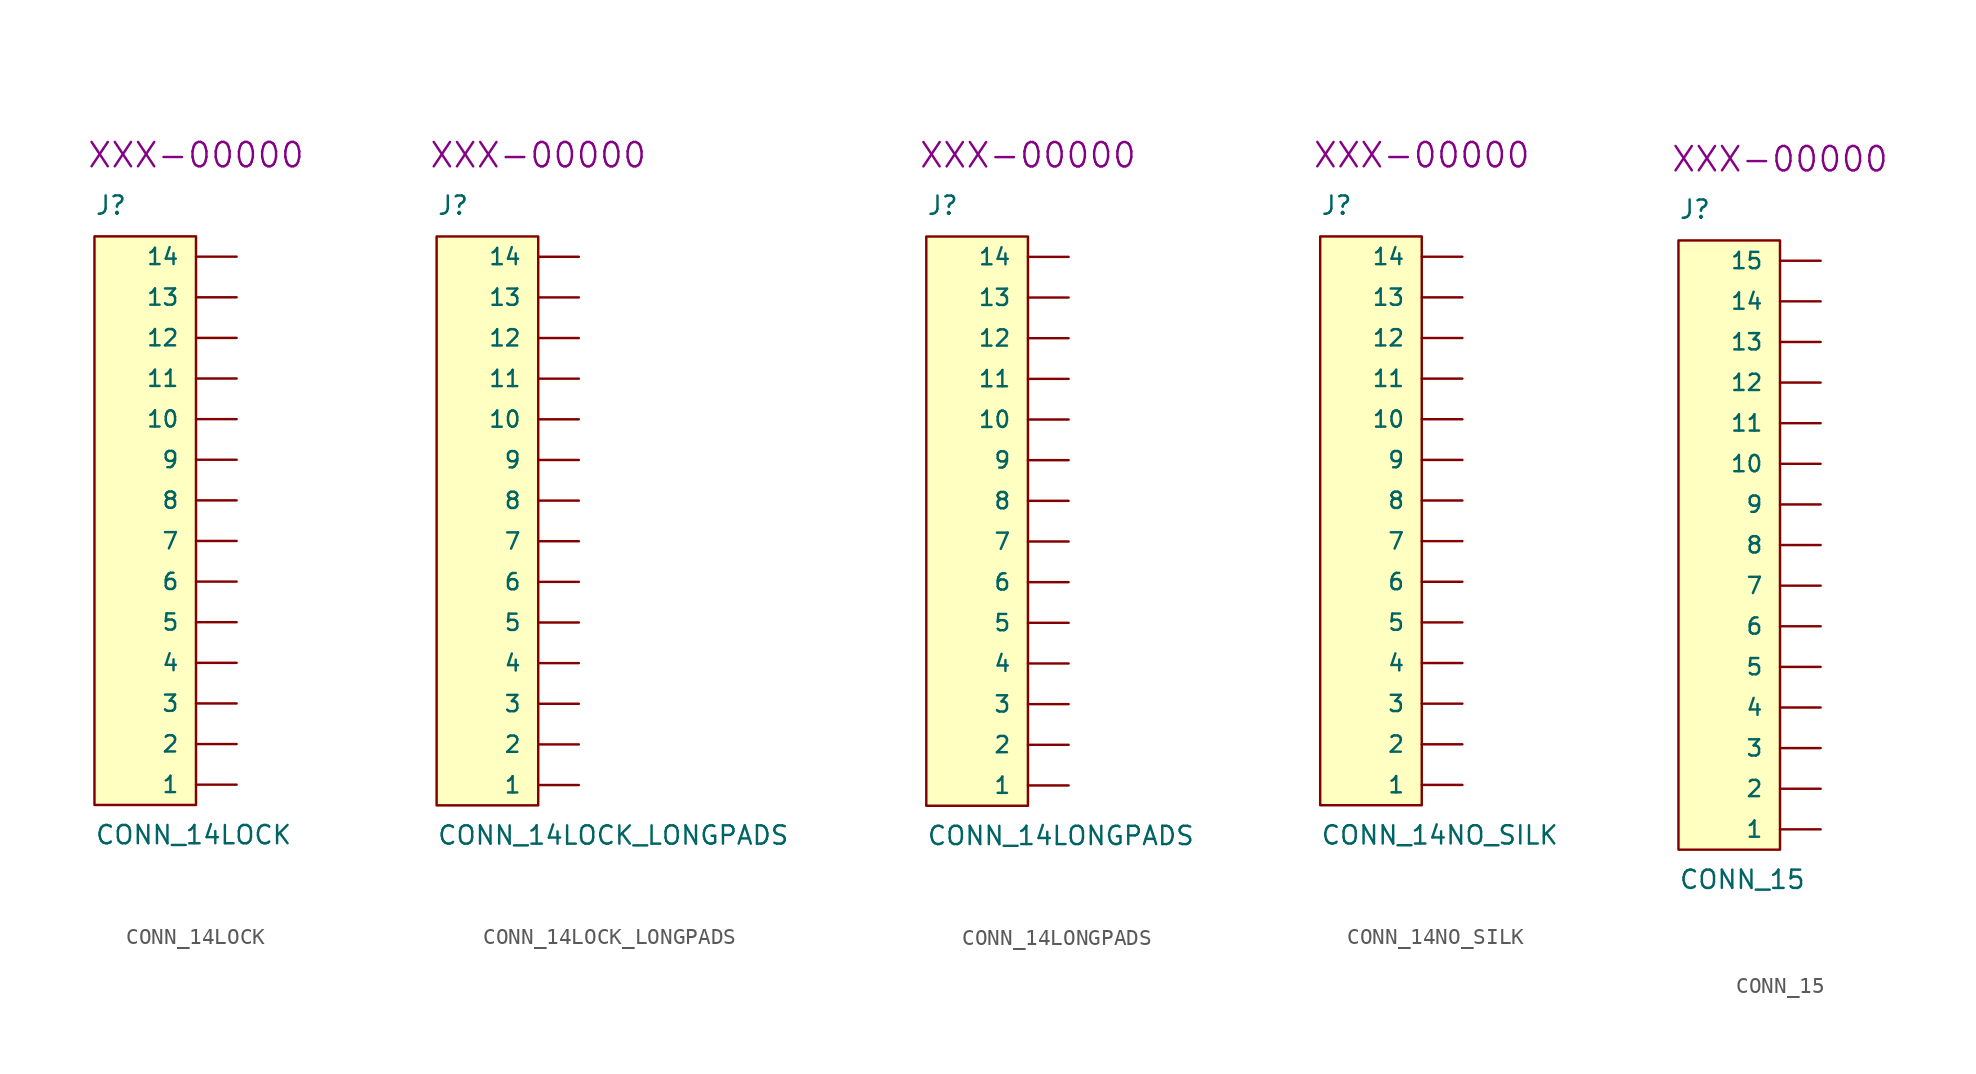
<source format=kicad_sym>
(kicad_symbol_lib
  (version 20220914)
  (generator kicad_symbol_editor)
  (symbol "CONN_14LOCK"
    (pin_numbers hide)
    (pin_names
      (offset 1.016))
    (property "Reference" "J"
      (at -6.35 35.56 0)
      (effects (font (size 1.143 1.143)) (justify left bottom)))
    (property "Value" "CONN_14LOCK"
      (at -6.35 -3.81 0)
      (effects (font (size 1.143 1.143)) (justify left bottom)))
    (property "Field4" "XXX-00000"
      (at 0 39.37 0)
      (effects (font (size 1.524 1.524))))
    (property "ki_locked" ""
      (at 0 0 0)
      (effects (font (size 1.27 1.27))))
    (symbol "CONN_14LOCK_0_1"
      (rectangle (start 0 -1.27) (end -6.35 34.29) (stroke (width 0) (type solid)) (fill (type background))))
    (symbol "CONN_14LOCK_1_1"
      (pin passive line (at 2.54 0 180) (length 2.54) (name "1" (effects (font (size 1.016 1.016)))) (number "1" (effects (font (size 1.016 1.016)))))
      (pin passive line (at 2.54 22.86 180) (length 2.54) (name "10" (effects (font (size 1.016 1.016)))) (number "10" (effects (font (size 1.016 1.016)))))
      (pin passive line (at 2.54 25.4 180) (length 2.54) (name "11" (effects (font (size 1.016 1.016)))) (number "11" (effects (font (size 1.016 1.016)))))
      (pin passive line (at 2.54 27.94 180) (length 2.54) (name "12" (effects (font (size 1.016 1.016)))) (number "12" (effects (font (size 1.016 1.016)))))
      (pin passive line (at 2.54 30.48 180) (length 2.54) (name "13" (effects (font (size 1.016 1.016)))) (number "13" (effects (font (size 1.016 1.016)))))
      (pin passive line (at 2.54 33.02 180) (length 2.54) (name "14" (effects (font (size 1.016 1.016)))) (number "14" (effects (font (size 1.016 1.016)))))
      (pin passive line (at 2.54 2.54 180) (length 2.54) (name "2" (effects (font (size 1.016 1.016)))) (number "2" (effects (font (size 1.016 1.016)))))
      (pin passive line (at 2.54 5.08 180) (length 2.54) (name "3" (effects (font (size 1.016 1.016)))) (number "3" (effects (font (size 1.016 1.016)))))
      (pin passive line (at 2.54 7.62 180) (length 2.54) (name "4" (effects (font (size 1.016 1.016)))) (number "4" (effects (font (size 1.016 1.016)))))
      (pin passive line (at 2.54 10.16 180) (length 2.54) (name "5" (effects (font (size 1.016 1.016)))) (number "5" (effects (font (size 1.016 1.016)))))
      (pin passive line (at 2.54 12.7 180) (length 2.54) (name "6" (effects (font (size 1.016 1.016)))) (number "6" (effects (font (size 1.016 1.016)))))
      (pin passive line (at 2.54 15.24 180) (length 2.54) (name "7" (effects (font (size 1.016 1.016)))) (number "7" (effects (font (size 1.016 1.016)))))
      (pin passive line (at 2.54 17.78 180) (length 2.54) (name "8" (effects (font (size 1.016 1.016)))) (number "8" (effects (font (size 1.016 1.016)))))
      (pin passive line (at 2.54 20.32 180) (length 2.54) (name "9" (effects (font (size 1.016 1.016)))) (number "9" (effects (font (size 1.016 1.016)))))))
  (symbol "CONN_14LOCK_LONGPADS"
    (pin_numbers hide)
    (pin_names
      (offset 1.016))
    (property "Reference" "J"
      (at -6.35 35.56 0)
      (effects (font (size 1.143 1.143)) (justify left bottom)))
    (property "Value" "CONN_14LOCK_LONGPADS"
      (at -6.35 -3.81 0)
      (effects (font (size 1.143 1.143)) (justify left bottom)))
    (property "Field4" "XXX-00000"
      (at 0 39.37 0)
      (effects (font (size 1.524 1.524))))
    (property "ki_locked" ""
      (at 0 0 0)
      (effects (font (size 1.27 1.27))))
    (symbol "CONN_14LOCK_LONGPADS_0_1"
      (rectangle (start 0 -1.27) (end -6.35 34.29) (stroke (width 0) (type solid)) (fill (type background))))
    (symbol "CONN_14LOCK_LONGPADS_1_1"
      (pin passive line (at 2.54 0 180) (length 2.54) (name "1" (effects (font (size 1.016 1.016)))) (number "1" (effects (font (size 1.016 1.016)))))
      (pin passive line (at 2.54 22.86 180) (length 2.54) (name "10" (effects (font (size 1.016 1.016)))) (number "10" (effects (font (size 1.016 1.016)))))
      (pin passive line (at 2.54 25.4 180) (length 2.54) (name "11" (effects (font (size 1.016 1.016)))) (number "11" (effects (font (size 1.016 1.016)))))
      (pin passive line (at 2.54 27.94 180) (length 2.54) (name "12" (effects (font (size 1.016 1.016)))) (number "12" (effects (font (size 1.016 1.016)))))
      (pin passive line (at 2.54 30.48 180) (length 2.54) (name "13" (effects (font (size 1.016 1.016)))) (number "13" (effects (font (size 1.016 1.016)))))
      (pin passive line (at 2.54 33.02 180) (length 2.54) (name "14" (effects (font (size 1.016 1.016)))) (number "14" (effects (font (size 1.016 1.016)))))
      (pin passive line (at 2.54 2.54 180) (length 2.54) (name "2" (effects (font (size 1.016 1.016)))) (number "2" (effects (font (size 1.016 1.016)))))
      (pin passive line (at 2.54 5.08 180) (length 2.54) (name "3" (effects (font (size 1.016 1.016)))) (number "3" (effects (font (size 1.016 1.016)))))
      (pin passive line (at 2.54 7.62 180) (length 2.54) (name "4" (effects (font (size 1.016 1.016)))) (number "4" (effects (font (size 1.016 1.016)))))
      (pin passive line (at 2.54 10.16 180) (length 2.54) (name "5" (effects (font (size 1.016 1.016)))) (number "5" (effects (font (size 1.016 1.016)))))
      (pin passive line (at 2.54 12.7 180) (length 2.54) (name "6" (effects (font (size 1.016 1.016)))) (number "6" (effects (font (size 1.016 1.016)))))
      (pin passive line (at 2.54 15.24 180) (length 2.54) (name "7" (effects (font (size 1.016 1.016)))) (number "7" (effects (font (size 1.016 1.016)))))
      (pin passive line (at 2.54 17.78 180) (length 2.54) (name "8" (effects (font (size 1.016 1.016)))) (number "8" (effects (font (size 1.016 1.016)))))
      (pin passive line (at 2.54 20.32 180) (length 2.54) (name "9" (effects (font (size 1.016 1.016)))) (number "9" (effects (font (size 1.016 1.016)))))))
  (symbol "CONN_14LONGPADS"
    (pin_numbers hide)
    (pin_names
      (offset 1.016))
    (property "Reference" "J"
      (at -6.35 35.56 0)
      (effects (font (size 1.143 1.143)) (justify left bottom)))
    (property "Value" "CONN_14LONGPADS"
      (at -6.35 -3.81 0)
      (effects (font (size 1.143 1.143)) (justify left bottom)))
    (property "Field4" "XXX-00000"
      (at 0 39.37 0)
      (effects (font (size 1.524 1.524))))
    (property "ki_locked" ""
      (at 0 0 0)
      (effects (font (size 1.27 1.27))))
    (symbol "CONN_14LONGPADS_0_1"
      (rectangle (start 0 -1.27) (end -6.35 34.29) (stroke (width 0) (type solid)) (fill (type background))))
    (symbol "CONN_14LONGPADS_1_1"
      (pin passive line (at 2.54 0 180) (length 2.54) (name "1" (effects (font (size 1.016 1.016)))) (number "1" (effects (font (size 1.016 1.016)))))
      (pin passive line (at 2.54 22.86 180) (length 2.54) (name "10" (effects (font (size 1.016 1.016)))) (number "10" (effects (font (size 1.016 1.016)))))
      (pin passive line (at 2.54 25.4 180) (length 2.54) (name "11" (effects (font (size 1.016 1.016)))) (number "11" (effects (font (size 1.016 1.016)))))
      (pin passive line (at 2.54 27.94 180) (length 2.54) (name "12" (effects (font (size 1.016 1.016)))) (number "12" (effects (font (size 1.016 1.016)))))
      (pin passive line (at 2.54 30.48 180) (length 2.54) (name "13" (effects (font (size 1.016 1.016)))) (number "13" (effects (font (size 1.016 1.016)))))
      (pin passive line (at 2.54 33.02 180) (length 2.54) (name "14" (effects (font (size 1.016 1.016)))) (number "14" (effects (font (size 1.016 1.016)))))
      (pin passive line (at 2.54 2.54 180) (length 2.54) (name "2" (effects (font (size 1.016 1.016)))) (number "2" (effects (font (size 1.016 1.016)))))
      (pin passive line (at 2.54 5.08 180) (length 2.54) (name "3" (effects (font (size 1.016 1.016)))) (number "3" (effects (font (size 1.016 1.016)))))
      (pin passive line (at 2.54 7.62 180) (length 2.54) (name "4" (effects (font (size 1.016 1.016)))) (number "4" (effects (font (size 1.016 1.016)))))
      (pin passive line (at 2.54 10.16 180) (length 2.54) (name "5" (effects (font (size 1.016 1.016)))) (number "5" (effects (font (size 1.016 1.016)))))
      (pin passive line (at 2.54 12.7 180) (length 2.54) (name "6" (effects (font (size 1.016 1.016)))) (number "6" (effects (font (size 1.016 1.016)))))
      (pin passive line (at 2.54 15.24 180) (length 2.54) (name "7" (effects (font (size 1.016 1.016)))) (number "7" (effects (font (size 1.016 1.016)))))
      (pin passive line (at 2.54 17.78 180) (length 2.54) (name "8" (effects (font (size 1.016 1.016)))) (number "8" (effects (font (size 1.016 1.016)))))
      (pin passive line (at 2.54 20.32 180) (length 2.54) (name "9" (effects (font (size 1.016 1.016)))) (number "9" (effects (font (size 1.016 1.016)))))))
  (symbol "CONN_14NO_SILK"
    (pin_numbers hide)
    (pin_names
      (offset 1.016))
    (property "Reference" "J"
      (at -6.35 35.56 0)
      (effects (font (size 1.143 1.143)) (justify left bottom)))
    (property "Value" "CONN_14NO_SILK"
      (at -6.35 -3.81 0)
      (effects (font (size 1.143 1.143)) (justify left bottom)))
    (property "Field4" "XXX-00000"
      (at 0 39.37 0)
      (effects (font (size 1.524 1.524))))
    (property "ki_locked" ""
      (at 0 0 0)
      (effects (font (size 1.27 1.27))))
    (symbol "CONN_14NO_SILK_0_1"
      (rectangle (start 0 -1.27) (end -6.35 34.29) (stroke (width 0) (type solid)) (fill (type background))))
    (symbol "CONN_14NO_SILK_1_1"
      (pin passive line (at 2.54 0 180) (length 2.54) (name "1" (effects (font (size 1.016 1.016)))) (number "1" (effects (font (size 1.016 1.016)))))
      (pin passive line (at 2.54 22.86 180) (length 2.54) (name "10" (effects (font (size 1.016 1.016)))) (number "10" (effects (font (size 1.016 1.016)))))
      (pin passive line (at 2.54 25.4 180) (length 2.54) (name "11" (effects (font (size 1.016 1.016)))) (number "11" (effects (font (size 1.016 1.016)))))
      (pin passive line (at 2.54 27.94 180) (length 2.54) (name "12" (effects (font (size 1.016 1.016)))) (number "12" (effects (font (size 1.016 1.016)))))
      (pin passive line (at 2.54 30.48 180) (length 2.54) (name "13" (effects (font (size 1.016 1.016)))) (number "13" (effects (font (size 1.016 1.016)))))
      (pin passive line (at 2.54 33.02 180) (length 2.54) (name "14" (effects (font (size 1.016 1.016)))) (number "14" (effects (font (size 1.016 1.016)))))
      (pin passive line (at 2.54 2.54 180) (length 2.54) (name "2" (effects (font (size 1.016 1.016)))) (number "2" (effects (font (size 1.016 1.016)))))
      (pin passive line (at 2.54 5.08 180) (length 2.54) (name "3" (effects (font (size 1.016 1.016)))) (number "3" (effects (font (size 1.016 1.016)))))
      (pin passive line (at 2.54 7.62 180) (length 2.54) (name "4" (effects (font (size 1.016 1.016)))) (number "4" (effects (font (size 1.016 1.016)))))
      (pin passive line (at 2.54 10.16 180) (length 2.54) (name "5" (effects (font (size 1.016 1.016)))) (number "5" (effects (font (size 1.016 1.016)))))
      (pin passive line (at 2.54 12.7 180) (length 2.54) (name "6" (effects (font (size 1.016 1.016)))) (number "6" (effects (font (size 1.016 1.016)))))
      (pin passive line (at 2.54 15.24 180) (length 2.54) (name "7" (effects (font (size 1.016 1.016)))) (number "7" (effects (font (size 1.016 1.016)))))
      (pin passive line (at 2.54 17.78 180) (length 2.54) (name "8" (effects (font (size 1.016 1.016)))) (number "8" (effects (font (size 1.016 1.016)))))
      (pin passive line (at 2.54 20.32 180) (length 2.54) (name "9" (effects (font (size 1.016 1.016)))) (number "9" (effects (font (size 1.016 1.016)))))))
  (symbol "CONN_15"
    (pin_numbers hide)
    (pin_names
      (offset 1.016))
    (property "Reference" "J"
      (at -6.35 38.1 0)
      (effects (font (size 1.143 1.143)) (justify left bottom)))
    (property "Value" "CONN_15"
      (at -6.35 -3.81 0)
      (effects (font (size 1.143 1.143)) (justify left bottom)))
    (property "Field4" "XXX-00000"
      (at 0 41.91 0)
      (effects (font (size 1.524 1.524))))
    (property "ki_locked" ""
      (at 0 0 0)
      (effects (font (size 1.27 1.27))))
    (symbol "CONN_15_0_1"
      (rectangle (start 0 -1.27) (end -6.35 36.83) (stroke (width 0) (type solid)) (fill (type background))))
    (symbol "CONN_15_1_1"
      (pin passive line (at 2.54 0 180) (length 2.54) (name "1" (effects (font (size 1.016 1.016)))) (number "1" (effects (font (size 1.016 1.016)))))
      (pin passive line (at 2.54 22.86 180) (length 2.54) (name "10" (effects (font (size 1.016 1.016)))) (number "10" (effects (font (size 1.016 1.016)))))
      (pin passive line (at 2.54 25.4 180) (length 2.54) (name "11" (effects (font (size 1.016 1.016)))) (number "11" (effects (font (size 1.016 1.016)))))
      (pin passive line (at 2.54 27.94 180) (length 2.54) (name "12" (effects (font (size 1.016 1.016)))) (number "12" (effects (font (size 1.016 1.016)))))
      (pin passive line (at 2.54 30.48 180) (length 2.54) (name "13" (effects (font (size 1.016 1.016)))) (number "13" (effects (font (size 1.016 1.016)))))
      (pin passive line (at 2.54 33.02 180) (length 2.54) (name "14" (effects (font (size 1.016 1.016)))) (number "14" (effects (font (size 1.016 1.016)))))
      (pin passive line (at 2.54 35.56 180) (length 2.54) (name "15" (effects (font (size 1.016 1.016)))) (number "15" (effects (font (size 1.016 1.016)))))
      (pin passive line (at 2.54 2.54 180) (length 2.54) (name "2" (effects (font (size 1.016 1.016)))) (number "2" (effects (font (size 1.016 1.016)))))
      (pin passive line (at 2.54 5.08 180) (length 2.54) (name "3" (effects (font (size 1.016 1.016)))) (number "3" (effects (font (size 1.016 1.016)))))
      (pin passive line (at 2.54 7.62 180) (length 2.54) (name "4" (effects (font (size 1.016 1.016)))) (number "4" (effects (font (size 1.016 1.016)))))
      (pin passive line (at 2.54 10.16 180) (length 2.54) (name "5" (effects (font (size 1.016 1.016)))) (number "5" (effects (font (size 1.016 1.016)))))
      (pin passive line (at 2.54 12.7 180) (length 2.54) (name "6" (effects (font (size 1.016 1.016)))) (number "6" (effects (font (size 1.016 1.016)))))
      (pin passive line (at 2.54 15.24 180) (length 2.54) (name "7" (effects (font (size 1.016 1.016)))) (number "7" (effects (font (size 1.016 1.016)))))
      (pin passive line (at 2.54 17.78 180) (length 2.54) (name "8" (effects (font (size 1.016 1.016)))) (number "8" (effects (font (size 1.016 1.016)))))
      (pin passive line (at 2.54 20.32 180) (length 2.54) (name "9" (effects (font (size 1.016 1.016)))) (number "9" (effects (font (size 1.016 1.016))))))))
</source>
